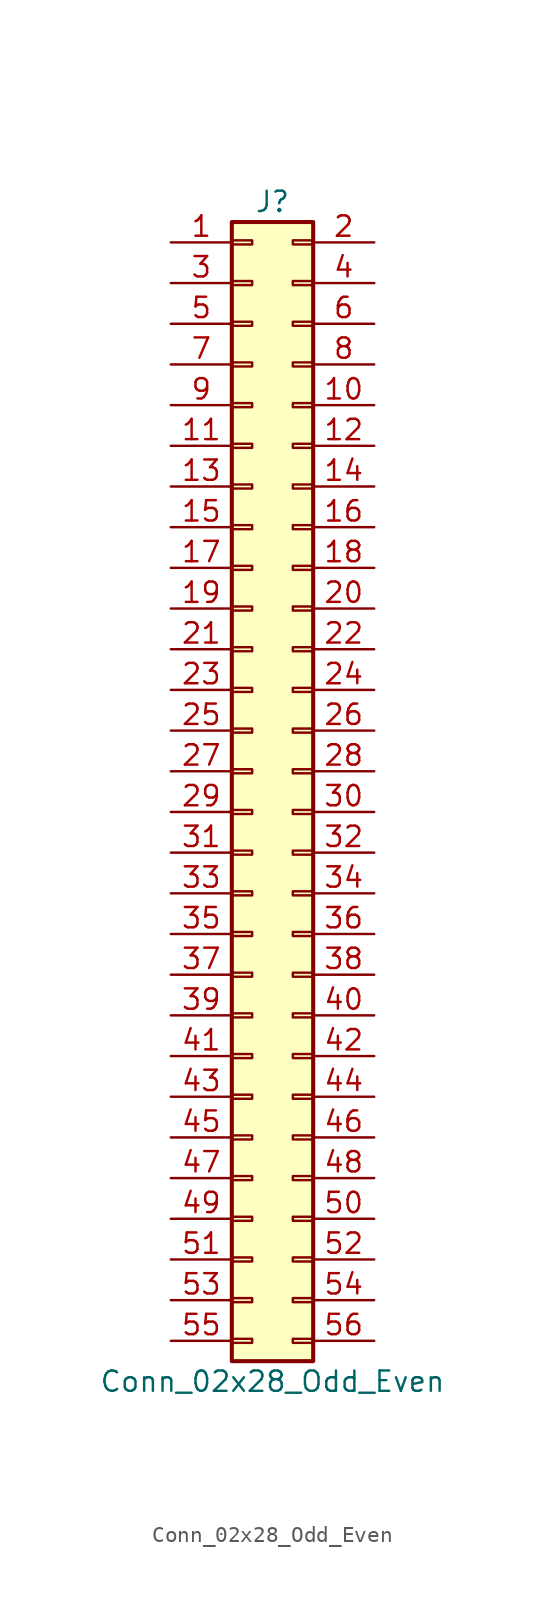
<source format=kicad_sym>
(kicad_symbol_lib
  (version 20220914)
  (generator kicad_symbol_editor)
  (symbol "Conn_02x28_Odd_Even"
    (pin_names
      (offset 1.016) hide)
    (property "Reference" "J"
      (at 1.27 35.56 0)
      (effects (font (size 1.27 1.27))))
    (property "Value" "Conn_02x28_Odd_Even"
      (at 1.27 -38.1 0)
      (effects (font (size 1.27 1.27))))
    (symbol "Conn_02x28_Odd_Even_1_1"
      (rectangle (start -1.27 -35.433) (end 0 -35.687) (stroke (width 0.152) (type solid)) (fill (type none)))
      (rectangle (start -1.27 -32.893) (end 0 -33.147) (stroke (width 0.152) (type solid)) (fill (type none)))
      (rectangle (start -1.27 -30.353) (end 0 -30.607) (stroke (width 0.152) (type solid)) (fill (type none)))
      (rectangle (start -1.27 -27.813) (end 0 -28.067) (stroke (width 0.152) (type solid)) (fill (type none)))
      (rectangle (start -1.27 -25.273) (end 0 -25.527) (stroke (width 0.152) (type solid)) (fill (type none)))
      (rectangle (start -1.27 -22.733) (end 0 -22.987) (stroke (width 0.152) (type solid)) (fill (type none)))
      (rectangle (start -1.27 -20.193) (end 0 -20.447) (stroke (width 0.152) (type solid)) (fill (type none)))
      (rectangle (start -1.27 -17.653) (end 0 -17.907) (stroke (width 0.152) (type solid)) (fill (type none)))
      (rectangle (start -1.27 -15.113) (end 0 -15.367) (stroke (width 0.152) (type solid)) (fill (type none)))
      (rectangle (start -1.27 -12.573) (end 0 -12.827) (stroke (width 0.152) (type solid)) (fill (type none)))
      (rectangle (start -1.27 -10.033) (end 0 -10.287) (stroke (width 0.152) (type solid)) (fill (type none)))
      (rectangle (start -1.27 -7.493) (end 0 -7.747) (stroke (width 0.152) (type solid)) (fill (type none)))
      (rectangle (start -1.27 -4.953) (end 0 -5.207) (stroke (width 0.152) (type solid)) (fill (type none)))
      (rectangle (start -1.27 -2.413) (end 0 -2.667) (stroke (width 0.152) (type solid)) (fill (type none)))
      (rectangle (start -1.27 0.127) (end 0 -0.127) (stroke (width 0.152) (type solid)) (fill (type none)))
      (rectangle (start -1.27 2.667) (end 0 2.413) (stroke (width 0.152) (type solid)) (fill (type none)))
      (rectangle (start -1.27 5.207) (end 0 4.953) (stroke (width 0.152) (type solid)) (fill (type none)))
      (rectangle (start -1.27 7.747) (end 0 7.493) (stroke (width 0.152) (type solid)) (fill (type none)))
      (rectangle (start -1.27 10.287) (end 0 10.033) (stroke (width 0.152) (type solid)) (fill (type none)))
      (rectangle (start -1.27 12.827) (end 0 12.573) (stroke (width 0.152) (type solid)) (fill (type none)))
      (rectangle (start -1.27 15.367) (end 0 15.113) (stroke (width 0.152) (type solid)) (fill (type none)))
      (rectangle (start -1.27 17.907) (end 0 17.653) (stroke (width 0.152) (type solid)) (fill (type none)))
      (rectangle (start -1.27 20.447) (end 0 20.193) (stroke (width 0.152) (type solid)) (fill (type none)))
      (rectangle (start -1.27 22.987) (end 0 22.733) (stroke (width 0.152) (type solid)) (fill (type none)))
      (rectangle (start -1.27 25.527) (end 0 25.273) (stroke (width 0.152) (type solid)) (fill (type none)))
      (rectangle (start -1.27 28.067) (end 0 27.813) (stroke (width 0.152) (type solid)) (fill (type none)))
      (rectangle (start -1.27 30.607) (end 0 30.353) (stroke (width 0.152) (type solid)) (fill (type none)))
      (rectangle (start -1.27 33.147) (end 0 32.893) (stroke (width 0.152) (type solid)) (fill (type none)))
      (rectangle (start -1.27 34.29) (end 3.81 -36.83) (stroke (width 0.254) (type solid)) (fill (type background)))
      (rectangle (start 3.81 -35.433) (end 2.54 -35.687) (stroke (width 0.152) (type solid)) (fill (type none)))
      (rectangle (start 3.81 -32.893) (end 2.54 -33.147) (stroke (width 0.152) (type solid)) (fill (type none)))
      (rectangle (start 3.81 -30.353) (end 2.54 -30.607) (stroke (width 0.152) (type solid)) (fill (type none)))
      (rectangle (start 3.81 -27.813) (end 2.54 -28.067) (stroke (width 0.152) (type solid)) (fill (type none)))
      (rectangle (start 3.81 -25.273) (end 2.54 -25.527) (stroke (width 0.152) (type solid)) (fill (type none)))
      (rectangle (start 3.81 -22.733) (end 2.54 -22.987) (stroke (width 0.152) (type solid)) (fill (type none)))
      (rectangle (start 3.81 -20.193) (end 2.54 -20.447) (stroke (width 0.152) (type solid)) (fill (type none)))
      (rectangle (start 3.81 -17.653) (end 2.54 -17.907) (stroke (width 0.152) (type solid)) (fill (type none)))
      (rectangle (start 3.81 -15.113) (end 2.54 -15.367) (stroke (width 0.152) (type solid)) (fill (type none)))
      (rectangle (start 3.81 -12.573) (end 2.54 -12.827) (stroke (width 0.152) (type solid)) (fill (type none)))
      (rectangle (start 3.81 -10.033) (end 2.54 -10.287) (stroke (width 0.152) (type solid)) (fill (type none)))
      (rectangle (start 3.81 -7.493) (end 2.54 -7.747) (stroke (width 0.152) (type solid)) (fill (type none)))
      (rectangle (start 3.81 -4.953) (end 2.54 -5.207) (stroke (width 0.152) (type solid)) (fill (type none)))
      (rectangle (start 3.81 -2.413) (end 2.54 -2.667) (stroke (width 0.152) (type solid)) (fill (type none)))
      (rectangle (start 3.81 0.127) (end 2.54 -0.127) (stroke (width 0.152) (type solid)) (fill (type none)))
      (rectangle (start 3.81 2.667) (end 2.54 2.413) (stroke (width 0.152) (type solid)) (fill (type none)))
      (rectangle (start 3.81 5.207) (end 2.54 4.953) (stroke (width 0.152) (type solid)) (fill (type none)))
      (rectangle (start 3.81 7.747) (end 2.54 7.493) (stroke (width 0.152) (type solid)) (fill (type none)))
      (rectangle (start 3.81 10.287) (end 2.54 10.033) (stroke (width 0.152) (type solid)) (fill (type none)))
      (rectangle (start 3.81 12.827) (end 2.54 12.573) (stroke (width 0.152) (type solid)) (fill (type none)))
      (rectangle (start 3.81 15.367) (end 2.54 15.113) (stroke (width 0.152) (type solid)) (fill (type none)))
      (rectangle (start 3.81 17.907) (end 2.54 17.653) (stroke (width 0.152) (type solid)) (fill (type none)))
      (rectangle (start 3.81 20.447) (end 2.54 20.193) (stroke (width 0.152) (type solid)) (fill (type none)))
      (rectangle (start 3.81 22.987) (end 2.54 22.733) (stroke (width 0.152) (type solid)) (fill (type none)))
      (rectangle (start 3.81 25.527) (end 2.54 25.273) (stroke (width 0.152) (type solid)) (fill (type none)))
      (rectangle (start 3.81 28.067) (end 2.54 27.813) (stroke (width 0.152) (type solid)) (fill (type none)))
      (rectangle (start 3.81 30.607) (end 2.54 30.353) (stroke (width 0.152) (type solid)) (fill (type none)))
      (rectangle (start 3.81 33.147) (end 2.54 32.893) (stroke (width 0.152) (type solid)) (fill (type none)))
      (pin passive line (at -5.08 33.02 0) (length 3.81) (name "Pin_1" (effects (font (size 1.27 1.27)))) (number "1" (effects (font (size 1.27 1.27)))))
      (pin passive line (at 7.62 22.86 180) (length 3.81) (name "Pin_10" (effects (font (size 1.27 1.27)))) (number "10" (effects (font (size 1.27 1.27)))))
      (pin passive line (at -5.08 20.32 0) (length 3.81) (name "Pin_11" (effects (font (size 1.27 1.27)))) (number "11" (effects (font (size 1.27 1.27)))))
      (pin passive line (at 7.62 20.32 180) (length 3.81) (name "Pin_12" (effects (font (size 1.27 1.27)))) (number "12" (effects (font (size 1.27 1.27)))))
      (pin passive line (at -5.08 17.78 0) (length 3.81) (name "Pin_13" (effects (font (size 1.27 1.27)))) (number "13" (effects (font (size 1.27 1.27)))))
      (pin passive line (at 7.62 17.78 180) (length 3.81) (name "Pin_14" (effects (font (size 1.27 1.27)))) (number "14" (effects (font (size 1.27 1.27)))))
      (pin passive line (at -5.08 15.24 0) (length 3.81) (name "Pin_15" (effects (font (size 1.27 1.27)))) (number "15" (effects (font (size 1.27 1.27)))))
      (pin passive line (at 7.62 15.24 180) (length 3.81) (name "Pin_16" (effects (font (size 1.27 1.27)))) (number "16" (effects (font (size 1.27 1.27)))))
      (pin passive line (at -5.08 12.7 0) (length 3.81) (name "Pin_17" (effects (font (size 1.27 1.27)))) (number "17" (effects (font (size 1.27 1.27)))))
      (pin passive line (at 7.62 12.7 180) (length 3.81) (name "Pin_18" (effects (font (size 1.27 1.27)))) (number "18" (effects (font (size 1.27 1.27)))))
      (pin passive line (at -5.08 10.16 0) (length 3.81) (name "Pin_19" (effects (font (size 1.27 1.27)))) (number "19" (effects (font (size 1.27 1.27)))))
      (pin passive line (at 7.62 33.02 180) (length 3.81) (name "Pin_2" (effects (font (size 1.27 1.27)))) (number "2" (effects (font (size 1.27 1.27)))))
      (pin passive line (at 7.62 10.16 180) (length 3.81) (name "Pin_20" (effects (font (size 1.27 1.27)))) (number "20" (effects (font (size 1.27 1.27)))))
      (pin passive line (at -5.08 7.62 0) (length 3.81) (name "Pin_21" (effects (font (size 1.27 1.27)))) (number "21" (effects (font (size 1.27 1.27)))))
      (pin passive line (at 7.62 7.62 180) (length 3.81) (name "Pin_22" (effects (font (size 1.27 1.27)))) (number "22" (effects (font (size 1.27 1.27)))))
      (pin passive line (at -5.08 5.08 0) (length 3.81) (name "Pin_23" (effects (font (size 1.27 1.27)))) (number "23" (effects (font (size 1.27 1.27)))))
      (pin passive line (at 7.62 5.08 180) (length 3.81) (name "Pin_24" (effects (font (size 1.27 1.27)))) (number "24" (effects (font (size 1.27 1.27)))))
      (pin passive line (at -5.08 2.54 0) (length 3.81) (name "Pin_25" (effects (font (size 1.27 1.27)))) (number "25" (effects (font (size 1.27 1.27)))))
      (pin passive line (at 7.62 2.54 180) (length 3.81) (name "Pin_26" (effects (font (size 1.27 1.27)))) (number "26" (effects (font (size 1.27 1.27)))))
      (pin passive line (at -5.08 0 0) (length 3.81) (name "Pin_27" (effects (font (size 1.27 1.27)))) (number "27" (effects (font (size 1.27 1.27)))))
      (pin passive line (at 7.62 0 180) (length 3.81) (name "Pin_28" (effects (font (size 1.27 1.27)))) (number "28" (effects (font (size 1.27 1.27)))))
      (pin passive line (at -5.08 -2.54 0) (length 3.81) (name "Pin_29" (effects (font (size 1.27 1.27)))) (number "29" (effects (font (size 1.27 1.27)))))
      (pin passive line (at -5.08 30.48 0) (length 3.81) (name "Pin_3" (effects (font (size 1.27 1.27)))) (number "3" (effects (font (size 1.27 1.27)))))
      (pin passive line (at 7.62 -2.54 180) (length 3.81) (name "Pin_30" (effects (font (size 1.27 1.27)))) (number "30" (effects (font (size 1.27 1.27)))))
      (pin passive line (at -5.08 -5.08 0) (length 3.81) (name "Pin_31" (effects (font (size 1.27 1.27)))) (number "31" (effects (font (size 1.27 1.27)))))
      (pin passive line (at 7.62 -5.08 180) (length 3.81) (name "Pin_32" (effects (font (size 1.27 1.27)))) (number "32" (effects (font (size 1.27 1.27)))))
      (pin passive line (at -5.08 -7.62 0) (length 3.81) (name "Pin_33" (effects (font (size 1.27 1.27)))) (number "33" (effects (font (size 1.27 1.27)))))
      (pin passive line (at 7.62 -7.62 180) (length 3.81) (name "Pin_34" (effects (font (size 1.27 1.27)))) (number "34" (effects (font (size 1.27 1.27)))))
      (pin passive line (at -5.08 -10.16 0) (length 3.81) (name "Pin_35" (effects (font (size 1.27 1.27)))) (number "35" (effects (font (size 1.27 1.27)))))
      (pin passive line (at 7.62 -10.16 180) (length 3.81) (name "Pin_36" (effects (font (size 1.27 1.27)))) (number "36" (effects (font (size 1.27 1.27)))))
      (pin passive line (at -5.08 -12.7 0) (length 3.81) (name "Pin_37" (effects (font (size 1.27 1.27)))) (number "37" (effects (font (size 1.27 1.27)))))
      (pin passive line (at 7.62 -12.7 180) (length 3.81) (name "Pin_38" (effects (font (size 1.27 1.27)))) (number "38" (effects (font (size 1.27 1.27)))))
      (pin passive line (at -5.08 -15.24 0) (length 3.81) (name "Pin_39" (effects (font (size 1.27 1.27)))) (number "39" (effects (font (size 1.27 1.27)))))
      (pin passive line (at 7.62 30.48 180) (length 3.81) (name "Pin_4" (effects (font (size 1.27 1.27)))) (number "4" (effects (font (size 1.27 1.27)))))
      (pin passive line (at 7.62 -15.24 180) (length 3.81) (name "Pin_40" (effects (font (size 1.27 1.27)))) (number "40" (effects (font (size 1.27 1.27)))))
      (pin passive line (at -5.08 -17.78 0) (length 3.81) (name "Pin_41" (effects (font (size 1.27 1.27)))) (number "41" (effects (font (size 1.27 1.27)))))
      (pin passive line (at 7.62 -17.78 180) (length 3.81) (name "Pin_42" (effects (font (size 1.27 1.27)))) (number "42" (effects (font (size 1.27 1.27)))))
      (pin passive line (at -5.08 -20.32 0) (length 3.81) (name "Pin_43" (effects (font (size 1.27 1.27)))) (number "43" (effects (font (size 1.27 1.27)))))
      (pin passive line (at 7.62 -20.32 180) (length 3.81) (name "Pin_44" (effects (font (size 1.27 1.27)))) (number "44" (effects (font (size 1.27 1.27)))))
      (pin passive line (at -5.08 -22.86 0) (length 3.81) (name "Pin_45" (effects (font (size 1.27 1.27)))) (number "45" (effects (font (size 1.27 1.27)))))
      (pin passive line (at 7.62 -22.86 180) (length 3.81) (name "Pin_46" (effects (font (size 1.27 1.27)))) (number "46" (effects (font (size 1.27 1.27)))))
      (pin passive line (at -5.08 -25.4 0) (length 3.81) (name "Pin_47" (effects (font (size 1.27 1.27)))) (number "47" (effects (font (size 1.27 1.27)))))
      (pin passive line (at 7.62 -25.4 180) (length 3.81) (name "Pin_48" (effects (font (size 1.27 1.27)))) (number "48" (effects (font (size 1.27 1.27)))))
      (pin passive line (at -5.08 -27.94 0) (length 3.81) (name "Pin_49" (effects (font (size 1.27 1.27)))) (number "49" (effects (font (size 1.27 1.27)))))
      (pin passive line (at -5.08 27.94 0) (length 3.81) (name "Pin_5" (effects (font (size 1.27 1.27)))) (number "5" (effects (font (size 1.27 1.27)))))
      (pin passive line (at 7.62 -27.94 180) (length 3.81) (name "Pin_50" (effects (font (size 1.27 1.27)))) (number "50" (effects (font (size 1.27 1.27)))))
      (pin passive line (at -5.08 -30.48 0) (length 3.81) (name "Pin_51" (effects (font (size 1.27 1.27)))) (number "51" (effects (font (size 1.27 1.27)))))
      (pin passive line (at 7.62 -30.48 180) (length 3.81) (name "Pin_52" (effects (font (size 1.27 1.27)))) (number "52" (effects (font (size 1.27 1.27)))))
      (pin passive line (at -5.08 -33.02 0) (length 3.81) (name "Pin_53" (effects (font (size 1.27 1.27)))) (number "53" (effects (font (size 1.27 1.27)))))
      (pin passive line (at 7.62 -33.02 180) (length 3.81) (name "Pin_54" (effects (font (size 1.27 1.27)))) (number "54" (effects (font (size 1.27 1.27)))))
      (pin passive line (at -5.08 -35.56 0) (length 3.81) (name "Pin_55" (effects (font (size 1.27 1.27)))) (number "55" (effects (font (size 1.27 1.27)))))
      (pin passive line (at 7.62 -35.56 180) (length 3.81) (name "Pin_56" (effects (font (size 1.27 1.27)))) (number "56" (effects (font (size 1.27 1.27)))))
      (pin passive line (at 7.62 27.94 180) (length 3.81) (name "Pin_6" (effects (font (size 1.27 1.27)))) (number "6" (effects (font (size 1.27 1.27)))))
      (pin passive line (at -5.08 25.4 0) (length 3.81) (name "Pin_7" (effects (font (size 1.27 1.27)))) (number "7" (effects (font (size 1.27 1.27)))))
      (pin passive line (at 7.62 25.4 180) (length 3.81) (name "Pin_8" (effects (font (size 1.27 1.27)))) (number "8" (effects (font (size 1.27 1.27)))))
      (pin passive line (at -5.08 22.86 0) (length 3.81) (name "Pin_9" (effects (font (size 1.27 1.27)))) (number "9" (effects (font (size 1.27 1.27))))))))
</source>
